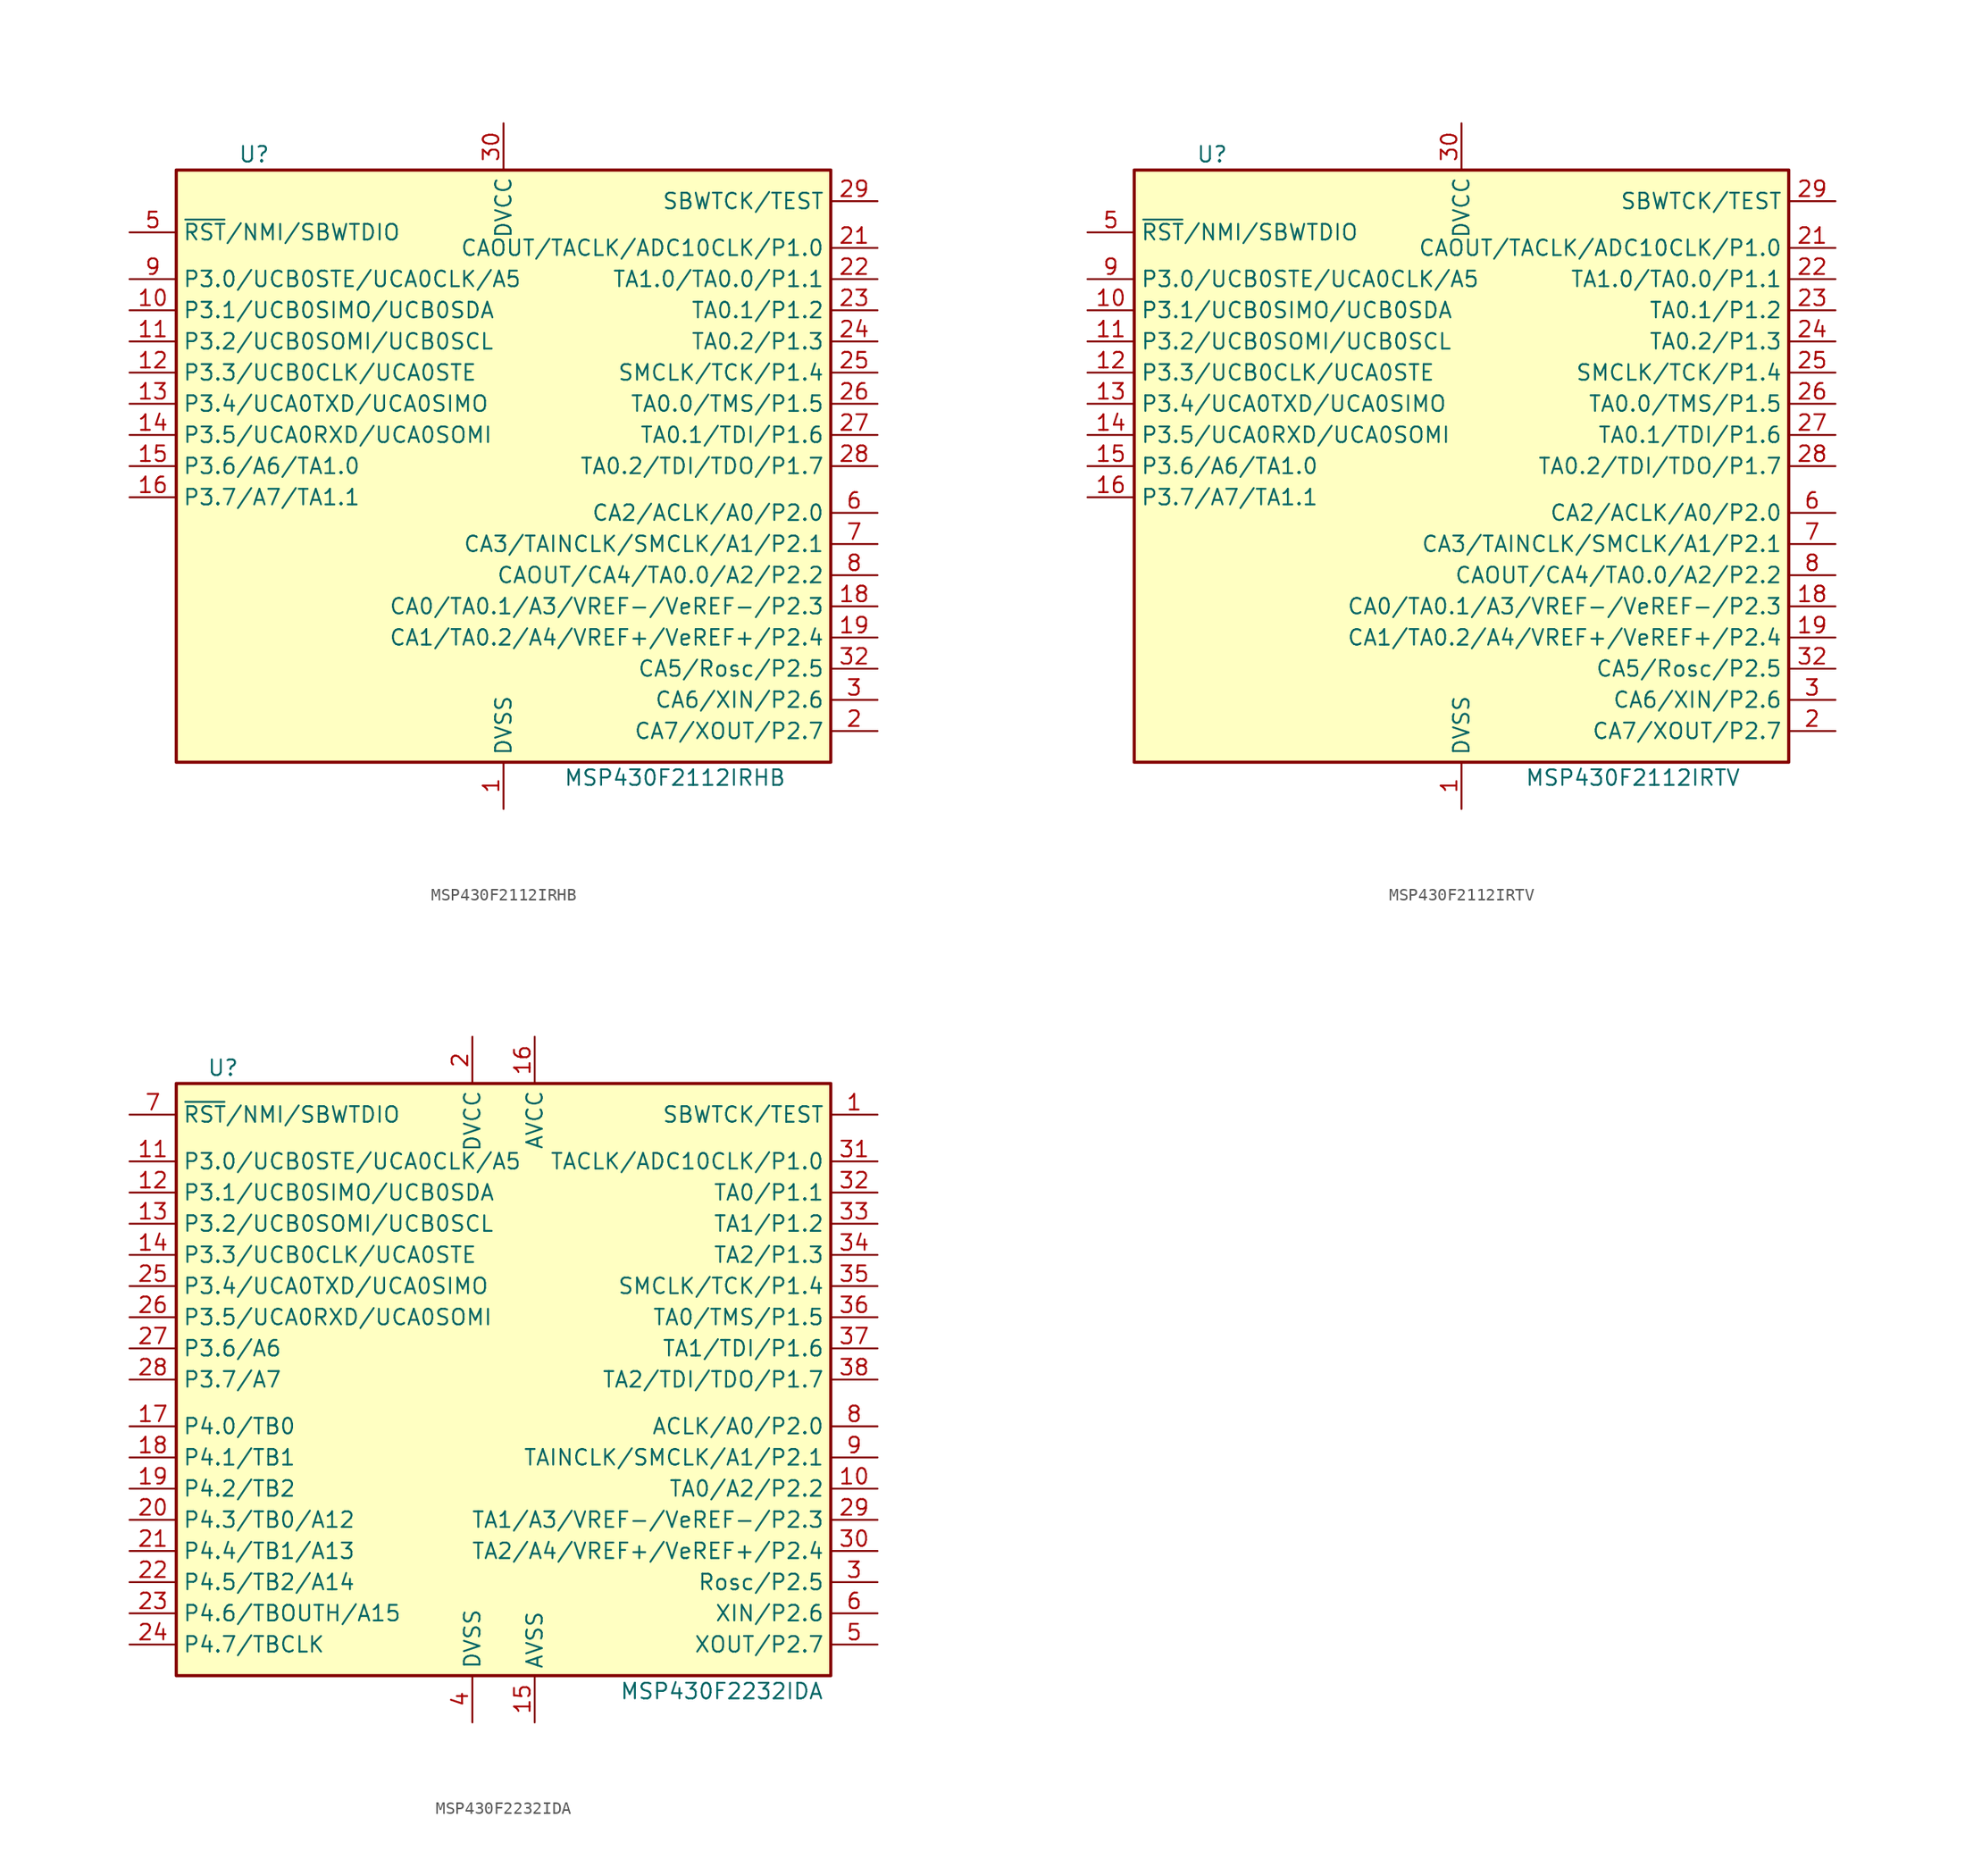
<source format=kicad_sym>
(kicad_symbol_lib
  (version 20201005)
  (generator kicad_symbol_editor)
  (symbol "MCU_Texas_MSP430:MSP430F2112IRHB"
    (property "Reference" "U"
      (at -20.32 25.4 0)
      (effects (font (size 1.27 1.27))))
    (property "Value" "MSP430F2112IRHB"
      (at 13.97 -25.4 0)
      (effects (font (size 1.27 1.27))))
    (symbol "MSP430F2112IRHB_0_1"
      (rectangle (start -26.67 24.13) (end 26.67 -24.13) (stroke (width 0.254)) (fill (type background))))
    (symbol "MSP430F2112IRHB_1_1"
      (pin power_in line (at 0 -27.94 90) (length 3.81) (name "DVSS" (effects (font (size 1.27 1.27)))) (number "1" (effects (font (size 1.27 1.27)))))
      (pin bidirectional line (at -30.48 12.7 0) (length 3.81) (name "P3.1/UCB0SIMO/UCB0SDA" (effects (font (size 1.27 1.27)))) (number "10" (effects (font (size 1.27 1.27)))))
      (pin bidirectional line (at -30.48 10.16 0) (length 3.81) (name "P3.2/UCB0SOMI/UCB0SCL" (effects (font (size 1.27 1.27)))) (number "11" (effects (font (size 1.27 1.27)))))
      (pin bidirectional line (at -30.48 7.62 0) (length 3.81) (name "P3.3/UCB0CLK/UCA0STE" (effects (font (size 1.27 1.27)))) (number "12" (effects (font (size 1.27 1.27)))))
      (pin bidirectional line (at -30.48 5.08 0) (length 3.81) (name "P3.4/UCA0TXD/UCA0SIMO" (effects (font (size 1.27 1.27)))) (number "13" (effects (font (size 1.27 1.27)))))
      (pin bidirectional line (at -30.48 2.54 0) (length 3.81) (name "P3.5/UCA0RXD/UCA0SOMI" (effects (font (size 1.27 1.27)))) (number "14" (effects (font (size 1.27 1.27)))))
      (pin bidirectional line (at -30.48 0 0) (length 3.81) (name "P3.6/A6/TA1.0" (effects (font (size 1.27 1.27)))) (number "15" (effects (font (size 1.27 1.27)))))
      (pin bidirectional line (at -30.48 -2.54 0) (length 3.81) (name "P3.7/A7/TA1.1" (effects (font (size 1.27 1.27)))) (number "16" (effects (font (size 1.27 1.27)))))
      (pin bidirectional line (at 30.48 -11.43 180) (length 3.81) (name "CA0/TA0.1/A3/VREF-/VeREF-/P2.3" (effects (font (size 1.27 1.27)))) (number "18" (effects (font (size 1.27 1.27)))))
      (pin bidirectional line (at 30.48 -13.97 180) (length 3.81) (name "CA1/TA0.2/A4/VREF+/VeREF+/P2.4" (effects (font (size 1.27 1.27)))) (number "19" (effects (font (size 1.27 1.27)))))
      (pin bidirectional line (at 30.48 -21.59 180) (length 3.81) (name "CA7/XOUT/P2.7" (effects (font (size 1.27 1.27)))) (number "2" (effects (font (size 1.27 1.27)))))
      (pin bidirectional line (at 30.48 17.78 180) (length 3.81) (name "CAOUT/TACLK/ADC10CLK/P1.0" (effects (font (size 1.27 1.27)))) (number "21" (effects (font (size 1.27 1.27)))))
      (pin bidirectional line (at 30.48 15.24 180) (length 3.81) (name "TA1.0/TA0.0/P1.1" (effects (font (size 1.27 1.27)))) (number "22" (effects (font (size 1.27 1.27)))))
      (pin bidirectional line (at 30.48 12.7 180) (length 3.81) (name "TA0.1/P1.2" (effects (font (size 1.27 1.27)))) (number "23" (effects (font (size 1.27 1.27)))))
      (pin bidirectional line (at 30.48 10.16 180) (length 3.81) (name "TA0.2/P1.3" (effects (font (size 1.27 1.27)))) (number "24" (effects (font (size 1.27 1.27)))))
      (pin bidirectional line (at 30.48 7.62 180) (length 3.81) (name "SMCLK/TCK/P1.4" (effects (font (size 1.27 1.27)))) (number "25" (effects (font (size 1.27 1.27)))))
      (pin bidirectional line (at 30.48 5.08 180) (length 3.81) (name "TA0.0/TMS/P1.5" (effects (font (size 1.27 1.27)))) (number "26" (effects (font (size 1.27 1.27)))))
      (pin bidirectional line (at 30.48 2.54 180) (length 3.81) (name "TA0.1/TDI/P1.6" (effects (font (size 1.27 1.27)))) (number "27" (effects (font (size 1.27 1.27)))))
      (pin bidirectional line (at 30.48 0 180) (length 3.81) (name "TA0.2/TDI/TDO/P1.7" (effects (font (size 1.27 1.27)))) (number "28" (effects (font (size 1.27 1.27)))))
      (pin input line (at 30.48 21.59 180) (length 3.81) (name "SBWTCK/TEST" (effects (font (size 1.27 1.27)))) (number "29" (effects (font (size 1.27 1.27)))))
      (pin bidirectional line (at 30.48 -19.05 180) (length 3.81) (name "CA6/XIN/P2.6" (effects (font (size 1.27 1.27)))) (number "3" (effects (font (size 1.27 1.27)))))
      (pin power_in line (at 0 27.94 270) (length 3.81) (name "DVCC" (effects (font (size 1.27 1.27)))) (number "30" (effects (font (size 1.27 1.27)))))
      (pin bidirectional line (at 30.48 -16.51 180) (length 3.81) (name "CA5/Rosc/P2.5" (effects (font (size 1.27 1.27)))) (number "32" (effects (font (size 1.27 1.27)))))
      (pin bidirectional line (at -30.48 19.05 0) (length 3.81) (name "~RST~/NMI/SBWTDIO" (effects (font (size 1.27 1.27)))) (number "5" (effects (font (size 1.27 1.27)))))
      (pin bidirectional line (at 30.48 -3.81 180) (length 3.81) (name "CA2/ACLK/A0/P2.0" (effects (font (size 1.27 1.27)))) (number "6" (effects (font (size 1.27 1.27)))))
      (pin bidirectional line (at 30.48 -6.35 180) (length 3.81) (name "CA3/TAINCLK/SMCLK/A1/P2.1" (effects (font (size 1.27 1.27)))) (number "7" (effects (font (size 1.27 1.27)))))
      (pin bidirectional line (at 30.48 -8.89 180) (length 3.81) (name "CAOUT/CA4/TA0.0/A2/P2.2" (effects (font (size 1.27 1.27)))) (number "8" (effects (font (size 1.27 1.27)))))
      (pin bidirectional line (at -30.48 15.24 0) (length 3.81) (name "P3.0/UCB0STE/UCA0CLK/A5" (effects (font (size 1.27 1.27)))) (number "9" (effects (font (size 1.27 1.27)))))))
  (symbol "MCU_Texas_MSP430:MSP430F2112IRTV"
    (property "Reference" "U"
      (at -20.32 25.4 0)
      (effects (font (size 1.27 1.27))))
    (property "Value" "MSP430F2112IRTV"
      (at 13.97 -25.4 0)
      (effects (font (size 1.27 1.27))))
    (symbol "MSP430F2112IRTV_0_1"
      (rectangle (start -26.67 24.13) (end 26.67 -24.13) (stroke (width 0.254)) (fill (type background))))
    (symbol "MSP430F2112IRTV_1_1"
      (pin power_in line (at 0 -27.94 90) (length 3.81) (name "DVSS" (effects (font (size 1.27 1.27)))) (number "1" (effects (font (size 1.27 1.27)))))
      (pin bidirectional line (at -30.48 12.7 0) (length 3.81) (name "P3.1/UCB0SIMO/UCB0SDA" (effects (font (size 1.27 1.27)))) (number "10" (effects (font (size 1.27 1.27)))))
      (pin bidirectional line (at -30.48 10.16 0) (length 3.81) (name "P3.2/UCB0SOMI/UCB0SCL" (effects (font (size 1.27 1.27)))) (number "11" (effects (font (size 1.27 1.27)))))
      (pin bidirectional line (at -30.48 7.62 0) (length 3.81) (name "P3.3/UCB0CLK/UCA0STE" (effects (font (size 1.27 1.27)))) (number "12" (effects (font (size 1.27 1.27)))))
      (pin bidirectional line (at -30.48 5.08 0) (length 3.81) (name "P3.4/UCA0TXD/UCA0SIMO" (effects (font (size 1.27 1.27)))) (number "13" (effects (font (size 1.27 1.27)))))
      (pin bidirectional line (at -30.48 2.54 0) (length 3.81) (name "P3.5/UCA0RXD/UCA0SOMI" (effects (font (size 1.27 1.27)))) (number "14" (effects (font (size 1.27 1.27)))))
      (pin bidirectional line (at -30.48 0 0) (length 3.81) (name "P3.6/A6/TA1.0" (effects (font (size 1.27 1.27)))) (number "15" (effects (font (size 1.27 1.27)))))
      (pin bidirectional line (at -30.48 -2.54 0) (length 3.81) (name "P3.7/A7/TA1.1" (effects (font (size 1.27 1.27)))) (number "16" (effects (font (size 1.27 1.27)))))
      (pin bidirectional line (at 30.48 -11.43 180) (length 3.81) (name "CA0/TA0.1/A3/VREF-/VeREF-/P2.3" (effects (font (size 1.27 1.27)))) (number "18" (effects (font (size 1.27 1.27)))))
      (pin bidirectional line (at 30.48 -13.97 180) (length 3.81) (name "CA1/TA0.2/A4/VREF+/VeREF+/P2.4" (effects (font (size 1.27 1.27)))) (number "19" (effects (font (size 1.27 1.27)))))
      (pin bidirectional line (at 30.48 -21.59 180) (length 3.81) (name "CA7/XOUT/P2.7" (effects (font (size 1.27 1.27)))) (number "2" (effects (font (size 1.27 1.27)))))
      (pin bidirectional line (at 30.48 17.78 180) (length 3.81) (name "CAOUT/TACLK/ADC10CLK/P1.0" (effects (font (size 1.27 1.27)))) (number "21" (effects (font (size 1.27 1.27)))))
      (pin bidirectional line (at 30.48 15.24 180) (length 3.81) (name "TA1.0/TA0.0/P1.1" (effects (font (size 1.27 1.27)))) (number "22" (effects (font (size 1.27 1.27)))))
      (pin bidirectional line (at 30.48 12.7 180) (length 3.81) (name "TA0.1/P1.2" (effects (font (size 1.27 1.27)))) (number "23" (effects (font (size 1.27 1.27)))))
      (pin bidirectional line (at 30.48 10.16 180) (length 3.81) (name "TA0.2/P1.3" (effects (font (size 1.27 1.27)))) (number "24" (effects (font (size 1.27 1.27)))))
      (pin bidirectional line (at 30.48 7.62 180) (length 3.81) (name "SMCLK/TCK/P1.4" (effects (font (size 1.27 1.27)))) (number "25" (effects (font (size 1.27 1.27)))))
      (pin bidirectional line (at 30.48 5.08 180) (length 3.81) (name "TA0.0/TMS/P1.5" (effects (font (size 1.27 1.27)))) (number "26" (effects (font (size 1.27 1.27)))))
      (pin bidirectional line (at 30.48 2.54 180) (length 3.81) (name "TA0.1/TDI/P1.6" (effects (font (size 1.27 1.27)))) (number "27" (effects (font (size 1.27 1.27)))))
      (pin bidirectional line (at 30.48 0 180) (length 3.81) (name "TA0.2/TDI/TDO/P1.7" (effects (font (size 1.27 1.27)))) (number "28" (effects (font (size 1.27 1.27)))))
      (pin input line (at 30.48 21.59 180) (length 3.81) (name "SBWTCK/TEST" (effects (font (size 1.27 1.27)))) (number "29" (effects (font (size 1.27 1.27)))))
      (pin bidirectional line (at 30.48 -19.05 180) (length 3.81) (name "CA6/XIN/P2.6" (effects (font (size 1.27 1.27)))) (number "3" (effects (font (size 1.27 1.27)))))
      (pin power_in line (at 0 27.94 270) (length 3.81) (name "DVCC" (effects (font (size 1.27 1.27)))) (number "30" (effects (font (size 1.27 1.27)))))
      (pin bidirectional line (at 30.48 -16.51 180) (length 3.81) (name "CA5/Rosc/P2.5" (effects (font (size 1.27 1.27)))) (number "32" (effects (font (size 1.27 1.27)))))
      (pin bidirectional line (at -30.48 19.05 0) (length 3.81) (name "~RST~/NMI/SBWTDIO" (effects (font (size 1.27 1.27)))) (number "5" (effects (font (size 1.27 1.27)))))
      (pin bidirectional line (at 30.48 -3.81 180) (length 3.81) (name "CA2/ACLK/A0/P2.0" (effects (font (size 1.27 1.27)))) (number "6" (effects (font (size 1.27 1.27)))))
      (pin bidirectional line (at 30.48 -6.35 180) (length 3.81) (name "CA3/TAINCLK/SMCLK/A1/P2.1" (effects (font (size 1.27 1.27)))) (number "7" (effects (font (size 1.27 1.27)))))
      (pin bidirectional line (at 30.48 -8.89 180) (length 3.81) (name "CAOUT/CA4/TA0.0/A2/P2.2" (effects (font (size 1.27 1.27)))) (number "8" (effects (font (size 1.27 1.27)))))
      (pin bidirectional line (at -30.48 15.24 0) (length 3.81) (name "P3.0/UCB0STE/UCA0CLK/A5" (effects (font (size 1.27 1.27)))) (number "9" (effects (font (size 1.27 1.27)))))))
  (symbol "MCU_Texas_MSP430:MSP430F2232IDA"
    (property "Reference" "U"
      (at -22.86 25.4 0)
      (effects (font (size 1.27 1.27))))
    (property "Value" "MSP430F2232IDA"
      (at 17.78 -25.4 0)
      (effects (font (size 1.27 1.27))))
    (symbol "MSP430F2232IDA_0_1"
      (rectangle (start -26.67 24.13) (end 26.67 -24.13) (stroke (width 0.254)) (fill (type background))))
    (symbol "MSP430F2232IDA_1_1"
      (pin input line (at 30.48 21.59 180) (length 3.81) (name "SBWTCK/TEST" (effects (font (size 1.27 1.27)))) (number "1" (effects (font (size 1.27 1.27)))))
      (pin bidirectional line (at 30.48 -8.89 180) (length 3.81) (name "TA0/A2/P2.2" (effects (font (size 1.27 1.27)))) (number "10" (effects (font (size 1.27 1.27)))))
      (pin bidirectional line (at -30.48 17.78 0) (length 3.81) (name "P3.0/UCB0STE/UCA0CLK/A5" (effects (font (size 1.27 1.27)))) (number "11" (effects (font (size 1.27 1.27)))))
      (pin bidirectional line (at -30.48 15.24 0) (length 3.81) (name "P3.1/UCB0SIMO/UCB0SDA" (effects (font (size 1.27 1.27)))) (number "12" (effects (font (size 1.27 1.27)))))
      (pin bidirectional line (at -30.48 12.7 0) (length 3.81) (name "P3.2/UCB0SOMI/UCB0SCL" (effects (font (size 1.27 1.27)))) (number "13" (effects (font (size 1.27 1.27)))))
      (pin bidirectional line (at -30.48 10.16 0) (length 3.81) (name "P3.3/UCB0CLK/UCA0STE" (effects (font (size 1.27 1.27)))) (number "14" (effects (font (size 1.27 1.27)))))
      (pin power_in line (at 2.54 -27.94 90) (length 3.81) (name "AVSS" (effects (font (size 1.27 1.27)))) (number "15" (effects (font (size 1.27 1.27)))))
      (pin power_in line (at 2.54 27.94 270) (length 3.81) (name "AVCC" (effects (font (size 1.27 1.27)))) (number "16" (effects (font (size 1.27 1.27)))))
      (pin bidirectional line (at -30.48 -3.81 0) (length 3.81) (name "P4.0/TB0" (effects (font (size 1.27 1.27)))) (number "17" (effects (font (size 1.27 1.27)))))
      (pin bidirectional line (at -30.48 -6.35 0) (length 3.81) (name "P4.1/TB1" (effects (font (size 1.27 1.27)))) (number "18" (effects (font (size 1.27 1.27)))))
      (pin bidirectional line (at -30.48 -8.89 0) (length 3.81) (name "P4.2/TB2" (effects (font (size 1.27 1.27)))) (number "19" (effects (font (size 1.27 1.27)))))
      (pin power_in line (at -2.54 27.94 270) (length 3.81) (name "DVCC" (effects (font (size 1.27 1.27)))) (number "2" (effects (font (size 1.27 1.27)))))
      (pin bidirectional line (at -30.48 -11.43 0) (length 3.81) (name "P4.3/TB0/A12" (effects (font (size 1.27 1.27)))) (number "20" (effects (font (size 1.27 1.27)))))
      (pin bidirectional line (at -30.48 -13.97 0) (length 3.81) (name "P4.4/TB1/A13" (effects (font (size 1.27 1.27)))) (number "21" (effects (font (size 1.27 1.27)))))
      (pin bidirectional line (at -30.48 -16.51 0) (length 3.81) (name "P4.5/TB2/A14" (effects (font (size 1.27 1.27)))) (number "22" (effects (font (size 1.27 1.27)))))
      (pin bidirectional line (at -30.48 -19.05 0) (length 3.81) (name "P4.6/TBOUTH/A15" (effects (font (size 1.27 1.27)))) (number "23" (effects (font (size 1.27 1.27)))))
      (pin bidirectional line (at -30.48 -21.59 0) (length 3.81) (name "P4.7/TBCLK" (effects (font (size 1.27 1.27)))) (number "24" (effects (font (size 1.27 1.27)))))
      (pin bidirectional line (at -30.48 7.62 0) (length 3.81) (name "P3.4/UCA0TXD/UCA0SIMO" (effects (font (size 1.27 1.27)))) (number "25" (effects (font (size 1.27 1.27)))))
      (pin bidirectional line (at -30.48 5.08 0) (length 3.81) (name "P3.5/UCA0RXD/UCA0SOMI" (effects (font (size 1.27 1.27)))) (number "26" (effects (font (size 1.27 1.27)))))
      (pin bidirectional line (at -30.48 2.54 0) (length 3.81) (name "P3.6/A6" (effects (font (size 1.27 1.27)))) (number "27" (effects (font (size 1.27 1.27)))))
      (pin bidirectional line (at -30.48 0 0) (length 3.81) (name "P3.7/A7" (effects (font (size 1.27 1.27)))) (number "28" (effects (font (size 1.27 1.27)))))
      (pin bidirectional line (at 30.48 -11.43 180) (length 3.81) (name "TA1/A3/VREF-/VeREF-/P2.3" (effects (font (size 1.27 1.27)))) (number "29" (effects (font (size 1.27 1.27)))))
      (pin bidirectional line (at 30.48 -16.51 180) (length 3.81) (name "Rosc/P2.5" (effects (font (size 1.27 1.27)))) (number "3" (effects (font (size 1.27 1.27)))))
      (pin bidirectional line (at 30.48 -13.97 180) (length 3.81) (name "TA2/A4/VREF+/VeREF+/P2.4" (effects (font (size 1.27 1.27)))) (number "30" (effects (font (size 1.27 1.27)))))
      (pin bidirectional line (at 30.48 17.78 180) (length 3.81) (name "TACLK/ADC10CLK/P1.0" (effects (font (size 1.27 1.27)))) (number "31" (effects (font (size 1.27 1.27)))))
      (pin bidirectional line (at 30.48 15.24 180) (length 3.81) (name "TA0/P1.1" (effects (font (size 1.27 1.27)))) (number "32" (effects (font (size 1.27 1.27)))))
      (pin bidirectional line (at 30.48 12.7 180) (length 3.81) (name "TA1/P1.2" (effects (font (size 1.27 1.27)))) (number "33" (effects (font (size 1.27 1.27)))))
      (pin bidirectional line (at 30.48 10.16 180) (length 3.81) (name "TA2/P1.3" (effects (font (size 1.27 1.27)))) (number "34" (effects (font (size 1.27 1.27)))))
      (pin bidirectional line (at 30.48 7.62 180) (length 3.81) (name "SMCLK/TCK/P1.4" (effects (font (size 1.27 1.27)))) (number "35" (effects (font (size 1.27 1.27)))))
      (pin bidirectional line (at 30.48 5.08 180) (length 3.81) (name "TA0/TMS/P1.5" (effects (font (size 1.27 1.27)))) (number "36" (effects (font (size 1.27 1.27)))))
      (pin bidirectional line (at 30.48 2.54 180) (length 3.81) (name "TA1/TDI/P1.6" (effects (font (size 1.27 1.27)))) (number "37" (effects (font (size 1.27 1.27)))))
      (pin bidirectional line (at 30.48 0 180) (length 3.81) (name "TA2/TDI/TDO/P1.7" (effects (font (size 1.27 1.27)))) (number "38" (effects (font (size 1.27 1.27)))))
      (pin power_in line (at -2.54 -27.94 90) (length 3.81) (name "DVSS" (effects (font (size 1.27 1.27)))) (number "4" (effects (font (size 1.27 1.27)))))
      (pin bidirectional line (at 30.48 -21.59 180) (length 3.81) (name "XOUT/P2.7" (effects (font (size 1.27 1.27)))) (number "5" (effects (font (size 1.27 1.27)))))
      (pin bidirectional line (at 30.48 -19.05 180) (length 3.81) (name "XIN/P2.6" (effects (font (size 1.27 1.27)))) (number "6" (effects (font (size 1.27 1.27)))))
      (pin bidirectional line (at -30.48 21.59 0) (length 3.81) (name "~RST~/NMI/SBWTDIO" (effects (font (size 1.27 1.27)))) (number "7" (effects (font (size 1.27 1.27)))))
      (pin bidirectional line (at 30.48 -3.81 180) (length 3.81) (name "ACLK/A0/P2.0" (effects (font (size 1.27 1.27)))) (number "8" (effects (font (size 1.27 1.27)))))
      (pin bidirectional line (at 30.48 -6.35 180) (length 3.81) (name "TAINCLK/SMCLK/A1/P2.1" (effects (font (size 1.27 1.27)))) (number "9" (effects (font (size 1.27 1.27))))))))
</source>
